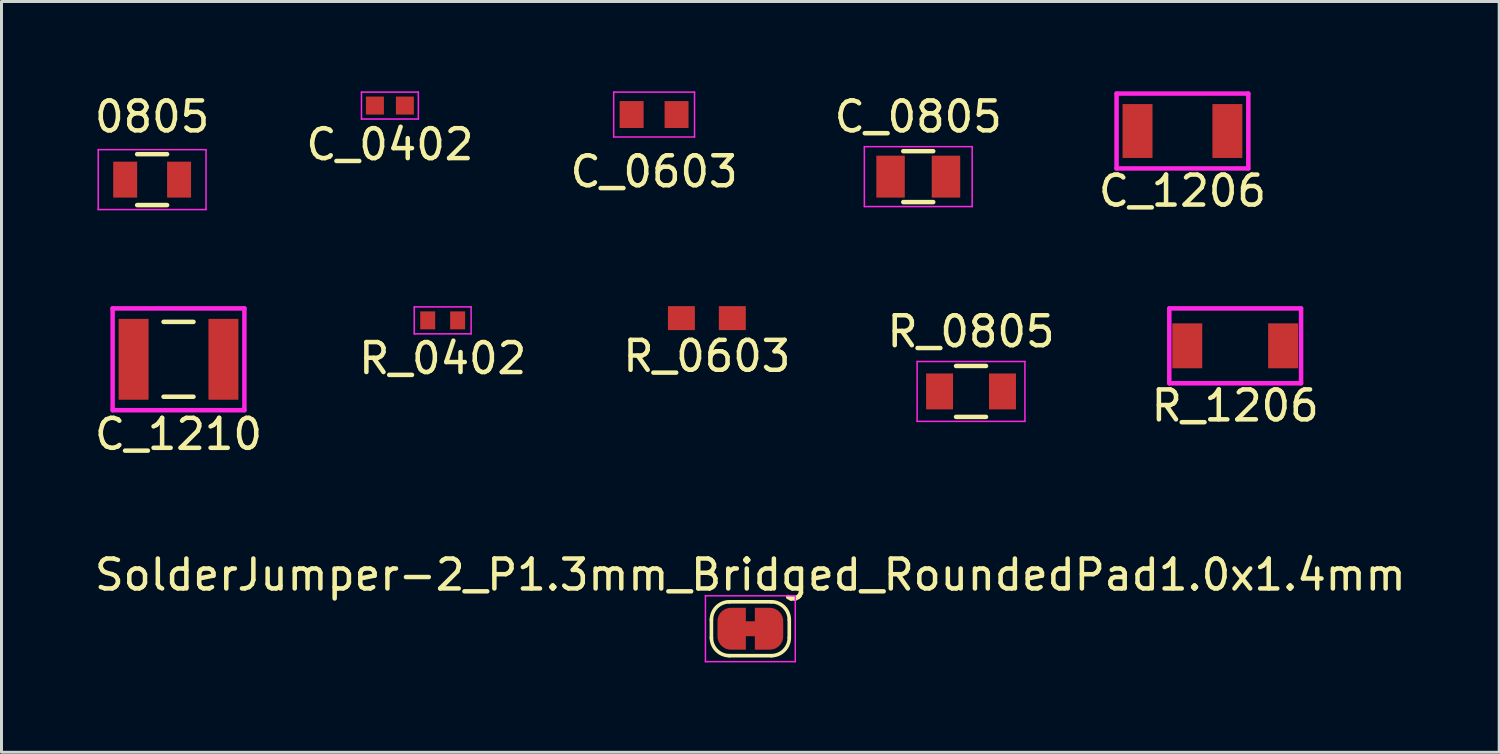
<source format=kicad_pcb>
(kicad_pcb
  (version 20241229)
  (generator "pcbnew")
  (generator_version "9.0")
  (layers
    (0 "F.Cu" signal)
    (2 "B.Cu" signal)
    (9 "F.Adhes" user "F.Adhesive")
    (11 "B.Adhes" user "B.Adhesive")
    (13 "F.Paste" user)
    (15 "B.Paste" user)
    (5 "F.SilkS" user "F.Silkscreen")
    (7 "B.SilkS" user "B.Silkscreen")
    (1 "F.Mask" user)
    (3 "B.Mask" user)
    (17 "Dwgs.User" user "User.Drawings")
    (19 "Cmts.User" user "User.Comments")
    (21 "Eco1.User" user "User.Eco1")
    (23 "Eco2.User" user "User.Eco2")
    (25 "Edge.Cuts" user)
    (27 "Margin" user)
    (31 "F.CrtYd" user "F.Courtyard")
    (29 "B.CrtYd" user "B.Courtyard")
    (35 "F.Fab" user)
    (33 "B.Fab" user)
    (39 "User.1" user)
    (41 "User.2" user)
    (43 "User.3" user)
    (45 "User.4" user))
  (footprint "0805"
    (layer "F.Cu")
    (at 2.03 2.948)
    (property "Reference" "0805" (at 0 -2.1 0) (layer "F.SilkS") (effects (font (size 1 1) (thickness 0.15))))
    (attr smd)
    (fp_line (start -0.5 0.85) (end 0.5 0.85) (stroke (width 0.15) (type solid)) (layer "F.SilkS"))
    (fp_line (start 0.5 -0.85) (end -0.5 -0.85) (stroke (width 0.15) (type solid)) (layer "F.SilkS"))
    (fp_line (start -1.8 -1) (end -1.8 1) (stroke (width 0.05) (type solid)) (layer "F.CrtYd"))
    (fp_line (start -1.8 -1) (end 1.8 -1) (stroke (width 0.05) (type solid)) (layer "F.CrtYd"))
    (fp_line (start -1.8 1) (end 1.8 1) (stroke (width 0.05) (type solid)) (layer "F.CrtYd"))
    (fp_line (start 1.8 -1) (end 1.8 1) (stroke (width 0.05) (type solid)) (layer "F.CrtYd"))
    (pad "1" smd rect (at -0.9 0) (size 0.8 1.2) (layers "F.Cu" "F.Mask" "F.Paste"))
    (pad "2" smd rect (at 0.9 0) (size 0.8 1.2) (layers "F.Cu" "F.Mask" "F.Paste")))
  (footprint "R_1206"
    (layer "F.Cu")
    (at 38.196 8.498)
    (property "Reference" "R_1206" (at 0 2 0) (layer "F.SilkS") (effects (font (size 1 1) (thickness 0.15))))
    (attr through_hole)
    (fp_line (start -2.2 -1.25) (end 2.2 -1.25) (stroke (width 0.15) (type solid)) (layer "F.CrtYd"))
    (fp_line (start -2.2 1.25) (end -2.2 -1.25) (stroke (width 0.15) (type solid)) (layer "F.CrtYd"))
    (fp_line (start 2.2 -1.25) (end 2.2 1.25) (stroke (width 0.15) (type solid)) (layer "F.CrtYd"))
    (fp_line (start 2.2 1.25) (end -2.2 1.25) (stroke (width 0.15) (type solid)) (layer "F.CrtYd"))
    (pad "1" smd rect (at -1.6 0) (size 1 1.5) (layers "F.Cu" "F.Mask" "B.Adhes" "F.Paste"))
    (pad "2" smd rect (at 1.6 0) (size 1 1.5) (layers "F.Cu" "F.Mask" "B.Adhes" "F.Paste")))
  (footprint "R_0402"
    (layer "F.Cu")
    (at 11.732 7.648)
    (property "Reference" "R_0402" (at 0 1.27 0) (layer "F.SilkS") (effects (font (size 1 1) (thickness 0.15))))
    (attr through_hole)
    (fp_line (start -0.95 -0.45) (end 0.95 -0.45) (stroke (width 0.05) (type solid)) (layer "F.CrtYd"))
    (fp_line (start -0.95 0.45) (end -0.95 -0.45) (stroke (width 0.05) (type solid)) (layer "F.CrtYd"))
    (fp_line (start 0.95 -0.45) (end 0.95 0.45) (stroke (width 0.05) (type solid)) (layer "F.CrtYd"))
    (fp_line (start 0.95 0.45) (end -0.95 0.45) (stroke (width 0.05) (type solid)) (layer "F.CrtYd"))
    (pad "1" smd rect (at -0.5 0) (size 0.5 0.6) (layers "F.Cu" "F.Mask" "F.Paste"))
    (pad "2" smd rect (at 0.5 0) (size 0.5 0.6) (layers "F.Cu" "F.Mask" "F.Paste")))
  (footprint "C_0805"
    (layer "F.Cu")
    (at 27.613 2.848)
    (property "Reference" "C_0805" (at 0 -2 0) (layer "F.SilkS") (effects (font (size 1 1) (thickness 0.15))))
    (attr smd)
    (fp_line (start -0.5 0.85) (end 0.5 0.85) (stroke (width 0.15) (type solid)) (layer "F.SilkS"))
    (fp_line (start 0.5 -0.85) (end -0.5 -0.85) (stroke (width 0.15) (type solid)) (layer "F.SilkS"))
    (fp_line (start -1.8 -1) (end -1.8 1) (stroke (width 0.05) (type solid)) (layer "F.CrtYd"))
    (fp_line (start -1.8 -1) (end 1.8 -1) (stroke (width 0.05) (type solid)) (layer "F.CrtYd"))
    (fp_line (start -1.8 1) (end 1.8 1) (stroke (width 0.05) (type solid)) (layer "F.CrtYd"))
    (fp_line (start 1.8 -1) (end 1.8 1) (stroke (width 0.05) (type solid)) (layer "F.CrtYd"))
    (pad "1" smd rect (at -0.925 0) (size 0.95 1.4) (layers "F.Cu" "F.Mask" "F.Paste"))
    (pad "2" smd rect (at 0.925 0) (size 0.95 1.4) (layers "F.Cu" "F.Mask" "F.Paste")))
  (footprint "R_0805"
    (layer "F.Cu")
    (at 29.375 10.021)
    (property "Reference" "R_0805" (at 0 -2 0) (layer "F.SilkS") (effects (font (size 1 1) (thickness 0.15))))
    (attr smd)
    (fp_line (start -0.5 0.85) (end 0.5 0.85) (stroke (width 0.15) (type solid)) (layer "F.SilkS"))
    (fp_line (start 0.5 -0.85) (end -0.5 -0.85) (stroke (width 0.15) (type solid)) (layer "F.SilkS"))
    (fp_line (start -1.8 -1) (end -1.8 1) (stroke (width 0.05) (type solid)) (layer "F.CrtYd"))
    (fp_line (start -1.8 -1) (end 1.8 -1) (stroke (width 0.05) (type solid)) (layer "F.CrtYd"))
    (fp_line (start -1.8 1) (end 1.8 1) (stroke (width 0.05) (type solid)) (layer "F.CrtYd"))
    (fp_line (start 1.8 -1) (end 1.8 1) (stroke (width 0.05) (type solid)) (layer "F.CrtYd"))
    (pad "1" smd rect (at -1.05 0) (size 0.9 1.2) (layers "F.Cu" "F.Mask" "F.Paste"))
    (pad "2" smd rect (at 1.05 0) (size 0.9 1.2) (layers "F.Cu" "F.Mask" "F.Paste")))
  (footprint "C_0603"
    (layer "F.Cu")
    (at 18.792 0.775)
    (property "Reference" "C_0603" (at 0 1.905 0) (layer "F.SilkS") (effects (font (size 1 1) (thickness 0.15))))
    (attr through_hole)
    (fp_line (start -1.35 -0.75) (end 1.35 -0.75) (stroke (width 0.05) (type solid)) (layer "F.CrtYd"))
    (fp_line (start -1.35 0.75) (end -1.35 -0.75) (stroke (width 0.05) (type solid)) (layer "F.CrtYd"))
    (fp_line (start 1.35 -0.75) (end 1.35 0.75) (stroke (width 0.05) (type solid)) (layer "F.CrtYd"))
    (fp_line (start 1.35 0.75) (end -1.35 0.75) (stroke (width 0.05) (type solid)) (layer "F.CrtYd"))
    (pad "1" smd rect (at -0.75 0) (size 0.8 0.9) (layers "F.Cu" "F.Mask" "F.Paste"))
    (pad "2" smd rect (at 0.75 0) (size 0.8 0.9) (layers "F.Cu" "F.Mask" "F.Paste")))
  (footprint "C_1210"
    (layer "F.Cu")
    (at 2.911 8.948)
    (property "Reference" "C_1210" (at 0 2.5 0) (layer "F.SilkS") (effects (font (size 1 1) (thickness 0.15))))
    (attr through_hole)
    (fp_line (start -0.5 -1.25) (end 0.5 -1.25) (stroke (width 0.15) (type solid)) (layer "F.SilkS"))
    (fp_line (start -0.5 1.25) (end 0.5 1.25) (stroke (width 0.15) (type solid)) (layer "F.SilkS"))
    (fp_line (start -2.2 -1.7) (end -2.2 1.7) (stroke (width 0.15) (type solid)) (layer "F.CrtYd"))
    (fp_line (start -2.2 1.7) (end 2.2 1.7) (stroke (width 0.15) (type solid)) (layer "F.CrtYd"))
    (fp_line (start 2.2 -1.7) (end -2.2 -1.7) (stroke (width 0.15) (type solid)) (layer "F.CrtYd"))
    (fp_line (start 2.2 1.7) (end 2.2 -1.7) (stroke (width 0.15) (type solid)) (layer "F.CrtYd"))
    (pad "1" smd rect (at -1.5 0) (size 1 2.7) (layers "F.Cu" "F.Mask" "F.Paste"))
    (pad "2" smd rect (at 1.5 0) (size 1 2.7) (layers "F.Cu" "F.Mask" "F.Paste")))
  (footprint "C_0402"
    (layer "F.Cu")
    (at 9.97 0.475)
    (property "Reference" "C_0402" (at 0 1.3 0) (layer "F.SilkS") (effects (font (size 1 1) (thickness 0.15))))
    (attr through_hole)
    (fp_line (start -0.95 -0.45) (end -0.95 0.45) (stroke (width 0.05) (type solid)) (layer "F.CrtYd"))
    (fp_line (start -0.95 -0.45) (end 0.95 -0.45) (stroke (width 0.05) (type solid)) (layer "F.CrtYd"))
    (fp_line (start -0.95 0.45) (end 0.95 0.45) (stroke (width 0.05) (type solid)) (layer "F.CrtYd"))
    (fp_line (start 0.95 -0.45) (end 0.95 0.45) (stroke (width 0.05) (type solid)) (layer "F.CrtYd"))
    (pad "1" smd rect (at -0.5 0) (size 0.6 0.6) (layers "F.Cu" "F.Mask" "F.Paste"))
    (pad "2" smd rect (at 0.5 0) (size 0.6 0.6) (layers "F.Cu" "F.Mask" "F.Paste")))
  (footprint "SolderJumper-2_P1.3mm_Bridged_RoundedPad1.0x1.4mm"
    (layer "F.Cu")
    (at 22.006 17.945)
    (property "Reference" "SolderJumper-2_P1.3mm_Bridged_RoundedPad1.0x1.4mm" (at 0 -1.8 0) (layer "F.SilkS") (effects (font (size 1 1) (thickness 0.15))))
    (attr exclude_from_pos_files exclude_from_bom)
    (fp_line (start -1.3 0.3) (end -1.3 -0.3) (stroke (width 0.12) (type solid)) (layer "F.SilkS"))
    (fp_line (start -0.7 -0.9) (end 0.7 -0.9) (stroke (width 0.12) (type solid)) (layer "F.SilkS"))
    (fp_line (start 0.7 0.9) (end -0.7 0.9) (stroke (width 0.12) (type solid)) (layer "F.SilkS"))
    (fp_line (start 1.3 -0.3) (end 1.3 0.3) (stroke (width 0.12) (type solid)) (layer "F.SilkS"))
    (fp_arc (start -1.3 -0.3) (mid -1.124264 -0.724264) (end -0.7 -0.9) (stroke (width 0.12) (type solid)) (layer "F.SilkS"))
    (fp_arc (start -0.7 0.9) (mid -1.124264 0.724264) (end -1.3 0.3) (stroke (width 0.12) (type solid)) (layer "F.SilkS"))
    (fp_arc (start 0.7 -0.9) (mid 1.124264 -0.724264) (end 1.3 -0.3) (stroke (width 0.12) (type solid)) (layer "F.SilkS"))
    (fp_arc (start 1.3 0.3) (mid 1.124264 0.724264) (end 0.7 0.9) (stroke (width 0.12) (type solid)) (layer "F.SilkS"))
    (fp_line (start -1.5 -1.1) (end -1.5 1.1) (stroke (width 0.05) (type solid)) (layer "F.CrtYd"))
    (fp_line (start -1.5 -1.1) (end 1.5 -1.1) (stroke (width 0.05) (type solid)) (layer "F.CrtYd"))
    (fp_line (start 1.5 1.1) (end -1.5 1.1) (stroke (width 0.05) (type solid)) (layer "F.CrtYd"))
    (fp_line (start 1.5 1.1) (end 1.5 -1.1) (stroke (width 0.05) (type solid)) (layer "F.CrtYd"))
    (pad "1" smd custom (at -0.65 0 180) (size 0.5 0.5) (layers "F.Cu" "F.Mask") (options (anchor rect)) (primitives (gr_circle (center 0 0.25) (end 0.45 0.25) (width 0) (fill yes)) (gr_circle (center 0 -0.25) (end 0.45 -0.25) (width 0) (fill yes)) (gr_poly (pts (xy 0 -0.7) (xy -0.5 -0.7) (xy -0.5 0.7) (xy 0 0.7)) (width 0) (fill yes)) (gr_poly (pts (xy 0 -0.7) (xy 0.448 -0.2) (xy 0.448 0.2) (xy 0 0.7)) (width 0) (fill yes)) (gr_poly (pts (xy -0.87 -0.25) (xy -0.47 -0.25) (xy -0.47 0.25) (xy -0.87 0.25)) (width 0) (fill yes))))
    (pad "2" smd custom (at 0.65 0) (size 0.5 0.5) (layers "F.Cu" "F.Mask") (options (anchor rect)) (primitives (gr_circle (center 0 0.25) (end 0.45 0.25) (width 0) (fill yes)) (gr_circle (center 0 -0.25) (end 0.45 -0.25) (width 0) (fill yes)) (gr_poly (pts (xy 0 -0.7) (xy -0.5 -0.7) (xy -0.5 0.7) (xy 0 0.7)) (width 0) (fill yes)) (gr_poly (pts (xy 0 -0.7) (xy 0.448 -0.2) (xy 0.448 0.2) (xy 0 0.7)) (width 0) (fill yes)))))
  (footprint "R_0603"
    (layer "F.Cu")
    (at 20.554 7.573)
    (property "Reference" "R_0603" (at 0 1.27 0) (layer "F.SilkS") (effects (font (size 1 1) (thickness 0.15))))
    (attr through_hole)
    (pad "1" smd rect (at -0.85 0) (size 0.9 0.8) (layers "F.Cu" "F.Mask" "F.Paste"))
    (pad "2" smd rect (at 0.85 0) (size 0.9 0.8) (layers "F.Cu" "F.Mask" "F.Paste")))
  (footprint "C_1206"
    (layer "F.Cu")
    (at 36.435 1.325)
    (property "Reference" "C_1206" (at 0 2 0) (layer "F.SilkS") (effects (font (size 1 1) (thickness 0.15))))
    (attr through_hole)
    (fp_line (start -2.2 -1.25) (end 2.2 -1.25) (stroke (width 0.15) (type solid)) (layer "F.CrtYd"))
    (fp_line (start -2.2 1.25) (end -2.2 -1.25) (stroke (width 0.15) (type solid)) (layer "F.CrtYd"))
    (fp_line (start 2.2 -1.25) (end 2.2 1.25) (stroke (width 0.15) (type solid)) (layer "F.CrtYd"))
    (fp_line (start 2.2 1.25) (end -2.2 1.25) (stroke (width 0.15) (type solid)) (layer "F.CrtYd"))
    (pad "1" smd rect (at -1.5 0) (size 1 1.8) (layers "F.Cu" "F.Mask" "B.Adhes" "F.Paste"))
    (pad "1" smd rect (at 1.5 0) (size 1 1.8) (layers "F.Cu" "F.Mask" "B.Adhes" "F.Paste")))
  (gr_rect
    (start -3 -3)
    (end 47.012 22.07)
    (stroke (width 0.1) (type default))
    (fill no)
    (layer "Edge.Cuts")))
</source>
